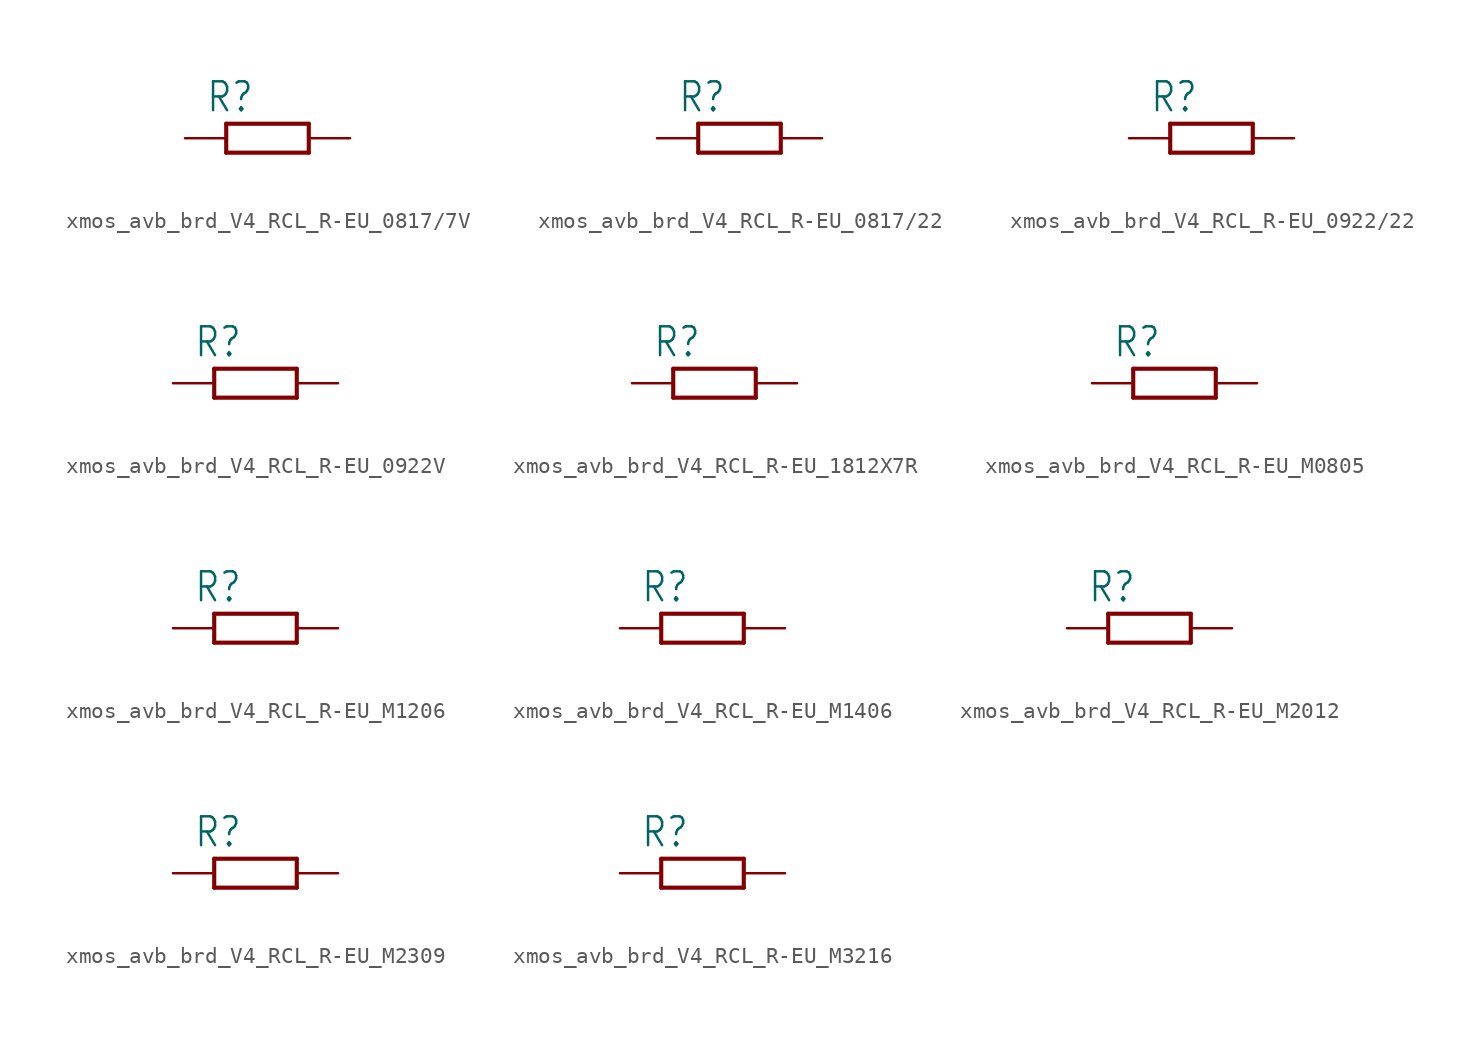
<source format=kicad_sym>
(kicad_symbol_lib
  (version 20241209)
  (generator "kicad_symbol_editor")
  (generator_version "9.0")
  (symbol "xmos_avb_brd_V4_RCL_R-EU_0817/7V"
    (property "Reference" "R"
      (at -3.81 1.499 0)
      (effects (font (size 1.778 1.511)) (justify left bottom)))
    (property "Value" ""
      (at -3.81 -3.302 0)
      (effects (font (size 1.778 1.511)) (justify left bottom)))
    (property "ki_locked" ""
      (at 0 0 0)
      (effects (font (size 1.27 1.27))))
    (symbol "xmos_avb_brd_V4_RCL_R-EU_0817/7V_1_0"
      (polyline (pts (xy -2.54 -0.889) (xy -2.54 0.889)) (stroke (width 0.254) (type solid)) (fill (type none)))
      (polyline (pts (xy -2.54 -0.889) (xy 2.54 -0.889)) (stroke (width 0.254) (type solid)) (fill (type none)))
      (polyline (pts (xy 2.54 0.889) (xy -2.54 0.889)) (stroke (width 0.254) (type solid)) (fill (type none)))
      (polyline (pts (xy 2.54 -0.889) (xy 2.54 0.889)) (stroke (width 0.254) (type solid)) (fill (type none)))
      (pin passive line (at -5.08 0 0) (length 2.54) (name "1" (effects (font (size 0 0)))) (number "1" (effects (font (size 0 0)))))
      (pin passive line (at 5.08 0 180) (length 2.54) (name "2" (effects (font (size 0 0)))) (number "2" (effects (font (size 0 0)))))))
  (symbol "xmos_avb_brd_V4_RCL_R-EU_0817/22"
    (property "Reference" "R"
      (at -3.81 1.499 0)
      (effects (font (size 1.778 1.511)) (justify left bottom)))
    (property "Value" ""
      (at -3.81 -3.302 0)
      (effects (font (size 1.778 1.511)) (justify left bottom)))
    (property "ki_locked" ""
      (at 0 0 0)
      (effects (font (size 1.27 1.27))))
    (symbol "xmos_avb_brd_V4_RCL_R-EU_0817/22_1_0"
      (polyline (pts (xy -2.54 -0.889) (xy -2.54 0.889)) (stroke (width 0.254) (type solid)) (fill (type none)))
      (polyline (pts (xy -2.54 -0.889) (xy 2.54 -0.889)) (stroke (width 0.254) (type solid)) (fill (type none)))
      (polyline (pts (xy 2.54 0.889) (xy -2.54 0.889)) (stroke (width 0.254) (type solid)) (fill (type none)))
      (polyline (pts (xy 2.54 -0.889) (xy 2.54 0.889)) (stroke (width 0.254) (type solid)) (fill (type none)))
      (pin passive line (at -5.08 0 0) (length 2.54) (name "1" (effects (font (size 0 0)))) (number "1" (effects (font (size 0 0)))))
      (pin passive line (at 5.08 0 180) (length 2.54) (name "2" (effects (font (size 0 0)))) (number "2" (effects (font (size 0 0)))))))
  (symbol "xmos_avb_brd_V4_RCL_R-EU_0922/22"
    (property "Reference" "R"
      (at -3.81 1.499 0)
      (effects (font (size 1.778 1.511)) (justify left bottom)))
    (property "Value" ""
      (at -3.81 -3.302 0)
      (effects (font (size 1.778 1.511)) (justify left bottom)))
    (property "ki_locked" ""
      (at 0 0 0)
      (effects (font (size 1.27 1.27))))
    (symbol "xmos_avb_brd_V4_RCL_R-EU_0922/22_1_0"
      (polyline (pts (xy -2.54 -0.889) (xy -2.54 0.889)) (stroke (width 0.254) (type solid)) (fill (type none)))
      (polyline (pts (xy -2.54 -0.889) (xy 2.54 -0.889)) (stroke (width 0.254) (type solid)) (fill (type none)))
      (polyline (pts (xy 2.54 0.889) (xy -2.54 0.889)) (stroke (width 0.254) (type solid)) (fill (type none)))
      (polyline (pts (xy 2.54 -0.889) (xy 2.54 0.889)) (stroke (width 0.254) (type solid)) (fill (type none)))
      (pin passive line (at -5.08 0 0) (length 2.54) (name "1" (effects (font (size 0 0)))) (number "1" (effects (font (size 0 0)))))
      (pin passive line (at 5.08 0 180) (length 2.54) (name "2" (effects (font (size 0 0)))) (number "2" (effects (font (size 0 0)))))))
  (symbol "xmos_avb_brd_V4_RCL_R-EU_0922V"
    (property "Reference" "R"
      (at -3.81 1.499 0)
      (effects (font (size 1.778 1.511)) (justify left bottom)))
    (property "Value" ""
      (at -3.81 -3.302 0)
      (effects (font (size 1.778 1.511)) (justify left bottom)))
    (property "ki_locked" ""
      (at 0 0 0)
      (effects (font (size 1.27 1.27))))
    (symbol "xmos_avb_brd_V4_RCL_R-EU_0922V_1_0"
      (polyline (pts (xy -2.54 -0.889) (xy -2.54 0.889)) (stroke (width 0.254) (type solid)) (fill (type none)))
      (polyline (pts (xy -2.54 -0.889) (xy 2.54 -0.889)) (stroke (width 0.254) (type solid)) (fill (type none)))
      (polyline (pts (xy 2.54 0.889) (xy -2.54 0.889)) (stroke (width 0.254) (type solid)) (fill (type none)))
      (polyline (pts (xy 2.54 -0.889) (xy 2.54 0.889)) (stroke (width 0.254) (type solid)) (fill (type none)))
      (pin passive line (at -5.08 0 0) (length 2.54) (name "1" (effects (font (size 0 0)))) (number "1" (effects (font (size 0 0)))))
      (pin passive line (at 5.08 0 180) (length 2.54) (name "2" (effects (font (size 0 0)))) (number "2" (effects (font (size 0 0)))))))
  (symbol "xmos_avb_brd_V4_RCL_R-EU_1812X7R"
    (property "Reference" "R"
      (at -3.81 1.499 0)
      (effects (font (size 1.778 1.511)) (justify left bottom)))
    (property "Value" ""
      (at -3.81 -3.302 0)
      (effects (font (size 1.778 1.511)) (justify left bottom)))
    (property "ki_locked" ""
      (at 0 0 0)
      (effects (font (size 1.27 1.27))))
    (symbol "xmos_avb_brd_V4_RCL_R-EU_1812X7R_1_0"
      (polyline (pts (xy -2.54 -0.889) (xy -2.54 0.889)) (stroke (width 0.254) (type solid)) (fill (type none)))
      (polyline (pts (xy -2.54 -0.889) (xy 2.54 -0.889)) (stroke (width 0.254) (type solid)) (fill (type none)))
      (polyline (pts (xy 2.54 0.889) (xy -2.54 0.889)) (stroke (width 0.254) (type solid)) (fill (type none)))
      (polyline (pts (xy 2.54 -0.889) (xy 2.54 0.889)) (stroke (width 0.254) (type solid)) (fill (type none)))
      (pin passive line (at -5.08 0 0) (length 2.54) (name "1" (effects (font (size 0 0)))) (number "1" (effects (font (size 0 0)))))
      (pin passive line (at 5.08 0 180) (length 2.54) (name "2" (effects (font (size 0 0)))) (number "2" (effects (font (size 0 0)))))))
  (symbol "xmos_avb_brd_V4_RCL_R-EU_M0805"
    (property "Reference" "R"
      (at -3.81 1.499 0)
      (effects (font (size 1.778 1.511)) (justify left bottom)))
    (property "Value" ""
      (at -3.81 -3.302 0)
      (effects (font (size 1.778 1.511)) (justify left bottom)))
    (property "ki_locked" ""
      (at 0 0 0)
      (effects (font (size 1.27 1.27))))
    (symbol "xmos_avb_brd_V4_RCL_R-EU_M0805_1_0"
      (polyline (pts (xy -2.54 -0.889) (xy -2.54 0.889)) (stroke (width 0.254) (type solid)) (fill (type none)))
      (polyline (pts (xy -2.54 -0.889) (xy 2.54 -0.889)) (stroke (width 0.254) (type solid)) (fill (type none)))
      (polyline (pts (xy 2.54 0.889) (xy -2.54 0.889)) (stroke (width 0.254) (type solid)) (fill (type none)))
      (polyline (pts (xy 2.54 -0.889) (xy 2.54 0.889)) (stroke (width 0.254) (type solid)) (fill (type none)))
      (pin passive line (at -5.08 0 0) (length 2.54) (name "1" (effects (font (size 0 0)))) (number "1" (effects (font (size 0 0)))))
      (pin passive line (at 5.08 0 180) (length 2.54) (name "2" (effects (font (size 0 0)))) (number "2" (effects (font (size 0 0)))))))
  (symbol "xmos_avb_brd_V4_RCL_R-EU_M1206"
    (property "Reference" "R"
      (at -3.81 1.499 0)
      (effects (font (size 1.778 1.511)) (justify left bottom)))
    (property "Value" ""
      (at -3.81 -3.302 0)
      (effects (font (size 1.778 1.511)) (justify left bottom)))
    (property "ki_locked" ""
      (at 0 0 0)
      (effects (font (size 1.27 1.27))))
    (symbol "xmos_avb_brd_V4_RCL_R-EU_M1206_1_0"
      (polyline (pts (xy -2.54 -0.889) (xy -2.54 0.889)) (stroke (width 0.254) (type solid)) (fill (type none)))
      (polyline (pts (xy -2.54 -0.889) (xy 2.54 -0.889)) (stroke (width 0.254) (type solid)) (fill (type none)))
      (polyline (pts (xy 2.54 0.889) (xy -2.54 0.889)) (stroke (width 0.254) (type solid)) (fill (type none)))
      (polyline (pts (xy 2.54 -0.889) (xy 2.54 0.889)) (stroke (width 0.254) (type solid)) (fill (type none)))
      (pin passive line (at -5.08 0 0) (length 2.54) (name "1" (effects (font (size 0 0)))) (number "1" (effects (font (size 0 0)))))
      (pin passive line (at 5.08 0 180) (length 2.54) (name "2" (effects (font (size 0 0)))) (number "2" (effects (font (size 0 0)))))))
  (symbol "xmos_avb_brd_V4_RCL_R-EU_M1406"
    (property "Reference" "R"
      (at -3.81 1.499 0)
      (effects (font (size 1.778 1.511)) (justify left bottom)))
    (property "Value" ""
      (at -3.81 -3.302 0)
      (effects (font (size 1.778 1.511)) (justify left bottom)))
    (property "ki_locked" ""
      (at 0 0 0)
      (effects (font (size 1.27 1.27))))
    (symbol "xmos_avb_brd_V4_RCL_R-EU_M1406_1_0"
      (polyline (pts (xy -2.54 -0.889) (xy -2.54 0.889)) (stroke (width 0.254) (type solid)) (fill (type none)))
      (polyline (pts (xy -2.54 -0.889) (xy 2.54 -0.889)) (stroke (width 0.254) (type solid)) (fill (type none)))
      (polyline (pts (xy 2.54 0.889) (xy -2.54 0.889)) (stroke (width 0.254) (type solid)) (fill (type none)))
      (polyline (pts (xy 2.54 -0.889) (xy 2.54 0.889)) (stroke (width 0.254) (type solid)) (fill (type none)))
      (pin passive line (at -5.08 0 0) (length 2.54) (name "1" (effects (font (size 0 0)))) (number "1" (effects (font (size 0 0)))))
      (pin passive line (at 5.08 0 180) (length 2.54) (name "2" (effects (font (size 0 0)))) (number "2" (effects (font (size 0 0)))))))
  (symbol "xmos_avb_brd_V4_RCL_R-EU_M2012"
    (property "Reference" "R"
      (at -3.81 1.499 0)
      (effects (font (size 1.778 1.511)) (justify left bottom)))
    (property "Value" ""
      (at -3.81 -3.302 0)
      (effects (font (size 1.778 1.511)) (justify left bottom)))
    (property "ki_locked" ""
      (at 0 0 0)
      (effects (font (size 1.27 1.27))))
    (symbol "xmos_avb_brd_V4_RCL_R-EU_M2012_1_0"
      (polyline (pts (xy -2.54 -0.889) (xy -2.54 0.889)) (stroke (width 0.254) (type solid)) (fill (type none)))
      (polyline (pts (xy -2.54 -0.889) (xy 2.54 -0.889)) (stroke (width 0.254) (type solid)) (fill (type none)))
      (polyline (pts (xy 2.54 0.889) (xy -2.54 0.889)) (stroke (width 0.254) (type solid)) (fill (type none)))
      (polyline (pts (xy 2.54 -0.889) (xy 2.54 0.889)) (stroke (width 0.254) (type solid)) (fill (type none)))
      (pin passive line (at -5.08 0 0) (length 2.54) (name "1" (effects (font (size 0 0)))) (number "1" (effects (font (size 0 0)))))
      (pin passive line (at 5.08 0 180) (length 2.54) (name "2" (effects (font (size 0 0)))) (number "2" (effects (font (size 0 0)))))))
  (symbol "xmos_avb_brd_V4_RCL_R-EU_M2309"
    (property "Reference" "R"
      (at -3.81 1.499 0)
      (effects (font (size 1.778 1.511)) (justify left bottom)))
    (property "Value" ""
      (at -3.81 -3.302 0)
      (effects (font (size 1.778 1.511)) (justify left bottom)))
    (property "ki_locked" ""
      (at 0 0 0)
      (effects (font (size 1.27 1.27))))
    (symbol "xmos_avb_brd_V4_RCL_R-EU_M2309_1_0"
      (polyline (pts (xy -2.54 -0.889) (xy -2.54 0.889)) (stroke (width 0.254) (type solid)) (fill (type none)))
      (polyline (pts (xy -2.54 -0.889) (xy 2.54 -0.889)) (stroke (width 0.254) (type solid)) (fill (type none)))
      (polyline (pts (xy 2.54 0.889) (xy -2.54 0.889)) (stroke (width 0.254) (type solid)) (fill (type none)))
      (polyline (pts (xy 2.54 -0.889) (xy 2.54 0.889)) (stroke (width 0.254) (type solid)) (fill (type none)))
      (pin passive line (at -5.08 0 0) (length 2.54) (name "1" (effects (font (size 0 0)))) (number "1" (effects (font (size 0 0)))))
      (pin passive line (at 5.08 0 180) (length 2.54) (name "2" (effects (font (size 0 0)))) (number "2" (effects (font (size 0 0)))))))
  (symbol "xmos_avb_brd_V4_RCL_R-EU_M3216"
    (property "Reference" "R"
      (at -3.81 1.499 0)
      (effects (font (size 1.778 1.511)) (justify left bottom)))
    (property "Value" ""
      (at -3.81 -3.302 0)
      (effects (font (size 1.778 1.511)) (justify left bottom)))
    (property "ki_locked" ""
      (at 0 0 0)
      (effects (font (size 1.27 1.27))))
    (symbol "xmos_avb_brd_V4_RCL_R-EU_M3216_1_0"
      (polyline (pts (xy -2.54 -0.889) (xy -2.54 0.889)) (stroke (width 0.254) (type solid)) (fill (type none)))
      (polyline (pts (xy -2.54 -0.889) (xy 2.54 -0.889)) (stroke (width 0.254) (type solid)) (fill (type none)))
      (polyline (pts (xy 2.54 0.889) (xy -2.54 0.889)) (stroke (width 0.254) (type solid)) (fill (type none)))
      (polyline (pts (xy 2.54 -0.889) (xy 2.54 0.889)) (stroke (width 0.254) (type solid)) (fill (type none)))
      (pin passive line (at -5.08 0 0) (length 2.54) (name "1" (effects (font (size 0 0)))) (number "1" (effects (font (size 0 0)))))
      (pin passive line (at 5.08 0 180) (length 2.54) (name "2" (effects (font (size 0 0)))) (number "2" (effects (font (size 0 0))))))))
</source>
